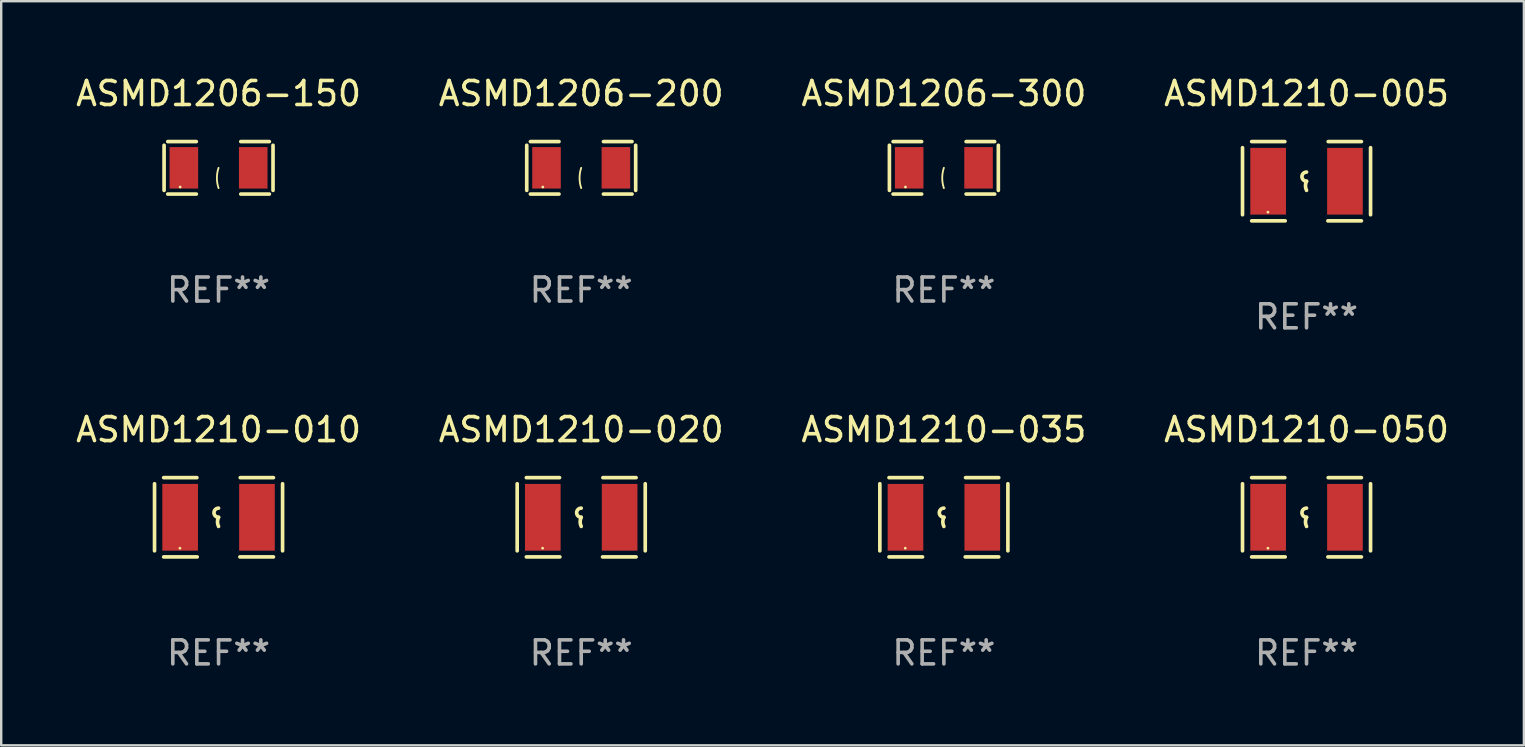
<source format=kicad_pcb>
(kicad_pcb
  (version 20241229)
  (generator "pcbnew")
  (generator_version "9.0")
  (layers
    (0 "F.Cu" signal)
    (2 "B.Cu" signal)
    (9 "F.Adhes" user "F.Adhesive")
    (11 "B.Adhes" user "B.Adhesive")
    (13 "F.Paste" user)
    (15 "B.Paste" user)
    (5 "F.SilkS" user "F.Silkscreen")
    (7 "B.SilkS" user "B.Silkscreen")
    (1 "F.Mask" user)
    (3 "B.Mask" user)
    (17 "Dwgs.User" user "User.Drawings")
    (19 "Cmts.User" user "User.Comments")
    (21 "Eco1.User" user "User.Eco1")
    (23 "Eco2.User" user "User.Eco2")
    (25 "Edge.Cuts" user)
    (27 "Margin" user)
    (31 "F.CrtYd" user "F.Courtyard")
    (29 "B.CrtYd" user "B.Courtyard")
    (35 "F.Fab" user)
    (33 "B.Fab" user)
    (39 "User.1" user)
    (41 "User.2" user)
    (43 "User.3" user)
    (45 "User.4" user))
  (footprint "ASMD1206-150"
    (layer "F.Cu")
    (at 6.054 3.941)
    (property "Reference" "ASMD1206-150" (at 0 -3.093 0) (layer "F.SilkS") (effects (font (size 1 1) (thickness 0.15))))
    (attr through_hole)
    (fp_line (start -2.269 -0.94) (end -2.269 0.94) (stroke (width 0.152) (type solid)) (layer "F.SilkS"))
    (fp_line (start -2.116 1.093) (end -0.926 1.093) (stroke (width 0.152) (type solid)) (layer "F.SilkS"))
    (fp_line (start -0.926 -1.093) (end -2.116 -1.093) (stroke (width 0.152) (type solid)) (layer "F.SilkS"))
    (fp_line (start 0.926 -1.093) (end 2.116 -1.093) (stroke (width 0.152) (type solid)) (layer "F.SilkS"))
    (fp_line (start 2.116 1.093) (end 0.926 1.093) (stroke (width 0.152) (type solid)) (layer "F.SilkS"))
    (fp_line (start 2.269 -0.94) (end 2.269 0.94) (stroke (width 0.152) (type solid)) (layer "F.SilkS"))
    (fp_arc (start 0 0.844951) (mid -0.068559 0.422475) (end 0 0) (stroke (width 0.0762) (type solid)) (layer "F.SilkS"))
    (fp_circle (center -1.6 0.8) (end -1.57 0.8) (stroke (width 0.06) (type solid)) (fill no) (layer "F.SilkS"))
    (fp_text user "REF**" (at 0 5.093 0) (layer "F.Fab") (effects (font (size 1 1) (thickness 0.15))))
    (pad "1" smd rect (at -1.445 0) (size 1.19 1.728) (layers "F.Cu" "F.Mask" "F.Paste"))
    (pad "2" smd rect (at 1.445 0) (size 1.19 1.728) (layers "F.Cu" "F.Mask" "F.Paste")))
  (footprint "ASMD1210-010"
    (layer "F.Cu")
    (at 6.054 18.498)
    (property "Reference" "ASMD1210-010" (at 0 -3.651 0) (layer "F.SilkS") (effects (font (size 1 1) (thickness 0.15))))
    (attr through_hole)
    (fp_line (start -2.667 -1.397) (end -2.667 1.397) (stroke (width 0.152) (type solid)) (layer "F.SilkS"))
    (fp_line (start -2.286 -1.651) (end -0.903 -1.651) (stroke (width 0.152) (type solid)) (layer "F.SilkS"))
    (fp_line (start -0.889 1.651) (end -2.286 1.651) (stroke (width 0.152) (type solid)) (layer "F.SilkS"))
    (fp_line (start 0.889 1.651) (end 2.286 1.651) (stroke (width 0.152) (type solid)) (layer "F.SilkS"))
    (fp_line (start 2.286 -1.651) (end 0.903 -1.651) (stroke (width 0.152) (type solid)) (layer "F.SilkS"))
    (fp_line (start 2.667 -1.397) (end 2.667 1.397) (stroke (width 0.152) (type solid)) (layer "F.SilkS"))
    (fp_arc (start 0 0) (mid -0.1905 -0.1905) (end 0 -0.381) (stroke (width 0.151994) (type solid)) (layer "F.SilkS"))
    (fp_arc (start 0 0.381001) (mid -0.044971 0.1905) (end 0 0) (stroke (width 0.151994) (type solid)) (layer "F.SilkS"))
    (fp_circle (center -1.608 1.288) (end -1.578 1.288) (stroke (width 0.06) (type solid)) (fill no) (layer "F.SilkS"))
    (fp_text user "REF**" (at 0 5.651 0) (layer "F.Fab") (effects (font (size 1 1) (thickness 0.15))))
    (pad "1" smd rect (at -1.6 0) (size 1.485 2.781) (layers "F.Cu" "F.Mask" "F.Paste"))
    (pad "2" smd rect (at 1.6 0) (size 1.485 2.781) (layers "F.Cu" "F.Mask" "F.Paste")))
  (footprint "ASMD1210-005"
    (layer "F.Cu")
    (at 51.375 4.499)
    (property "Reference" "ASMD1210-005" (at 0 -3.651 0) (layer "F.SilkS") (effects (font (size 1 1) (thickness 0.15))))
    (attr through_hole)
    (fp_line (start -2.667 -1.397) (end -2.667 1.397) (stroke (width 0.152) (type solid)) (layer "F.SilkS"))
    (fp_line (start -2.286 -1.651) (end -0.903 -1.651) (stroke (width 0.152) (type solid)) (layer "F.SilkS"))
    (fp_line (start -0.889 1.651) (end -2.286 1.651) (stroke (width 0.152) (type solid)) (layer "F.SilkS"))
    (fp_line (start 0.889 1.651) (end 2.286 1.651) (stroke (width 0.152) (type solid)) (layer "F.SilkS"))
    (fp_line (start 2.286 -1.651) (end 0.903 -1.651) (stroke (width 0.152) (type solid)) (layer "F.SilkS"))
    (fp_line (start 2.667 -1.397) (end 2.667 1.397) (stroke (width 0.152) (type solid)) (layer "F.SilkS"))
    (fp_arc (start 0 0) (mid -0.1905 -0.1905) (end 0 -0.381) (stroke (width 0.151994) (type solid)) (layer "F.SilkS"))
    (fp_arc (start 0 0.381001) (mid -0.044971 0.1905) (end 0 0) (stroke (width 0.151994) (type solid)) (layer "F.SilkS"))
    (fp_circle (center -1.608 1.288) (end -1.578 1.288) (stroke (width 0.06) (type solid)) (fill no) (layer "F.SilkS"))
    (fp_text user "REF**" (at 0 5.651 0) (layer "F.Fab") (effects (font (size 1 1) (thickness 0.15))))
    (pad "1" smd rect (at -1.6 0) (size 1.485 2.781) (layers "F.Cu" "F.Mask" "F.Paste"))
    (pad "2" smd rect (at 1.6 0) (size 1.485 2.781) (layers "F.Cu" "F.Mask" "F.Paste")))
  (footprint "ASMD1210-020"
    (layer "F.Cu")
    (at 21.161 18.498)
    (property "Reference" "ASMD1210-020" (at 0 -3.651 0) (layer "F.SilkS") (effects (font (size 1 1) (thickness 0.15))))
    (attr through_hole)
    (fp_line (start -2.667 -1.397) (end -2.667 1.397) (stroke (width 0.152) (type solid)) (layer "F.SilkS"))
    (fp_line (start -2.286 -1.651) (end -0.903 -1.651) (stroke (width 0.152) (type solid)) (layer "F.SilkS"))
    (fp_line (start -0.889 1.651) (end -2.286 1.651) (stroke (width 0.152) (type solid)) (layer "F.SilkS"))
    (fp_line (start 0.889 1.651) (end 2.286 1.651) (stroke (width 0.152) (type solid)) (layer "F.SilkS"))
    (fp_line (start 2.286 -1.651) (end 0.903 -1.651) (stroke (width 0.152) (type solid)) (layer "F.SilkS"))
    (fp_line (start 2.667 -1.397) (end 2.667 1.397) (stroke (width 0.152) (type solid)) (layer "F.SilkS"))
    (fp_arc (start 0 0) (mid -0.1905 -0.1905) (end 0 -0.381) (stroke (width 0.151994) (type solid)) (layer "F.SilkS"))
    (fp_arc (start 0 0.381001) (mid -0.044971 0.1905) (end 0 0) (stroke (width 0.151994) (type solid)) (layer "F.SilkS"))
    (fp_circle (center -1.608 1.288) (end -1.578 1.288) (stroke (width 0.06) (type solid)) (fill no) (layer "F.SilkS"))
    (fp_text user "REF**" (at 0 5.651 0) (layer "F.Fab") (effects (font (size 1 1) (thickness 0.15))))
    (pad "1" smd rect (at -1.6 0) (size 1.485 2.781) (layers "F.Cu" "F.Mask" "F.Paste"))
    (pad "2" smd rect (at 1.6 0) (size 1.485 2.781) (layers "F.Cu" "F.Mask" "F.Paste")))
  (footprint "ASMD1210-035"
    (layer "F.Cu")
    (at 36.268 18.498)
    (property "Reference" "ASMD1210-035" (at 0 -3.651 0) (layer "F.SilkS") (effects (font (size 1 1) (thickness 0.15))))
    (attr through_hole)
    (fp_line (start -2.667 -1.397) (end -2.667 1.397) (stroke (width 0.152) (type solid)) (layer "F.SilkS"))
    (fp_line (start -2.286 -1.651) (end -0.903 -1.651) (stroke (width 0.152) (type solid)) (layer "F.SilkS"))
    (fp_line (start -0.889 1.651) (end -2.286 1.651) (stroke (width 0.152) (type solid)) (layer "F.SilkS"))
    (fp_line (start 0.889 1.651) (end 2.286 1.651) (stroke (width 0.152) (type solid)) (layer "F.SilkS"))
    (fp_line (start 2.286 -1.651) (end 0.903 -1.651) (stroke (width 0.152) (type solid)) (layer "F.SilkS"))
    (fp_line (start 2.667 -1.397) (end 2.667 1.397) (stroke (width 0.152) (type solid)) (layer "F.SilkS"))
    (fp_arc (start 0 0) (mid -0.1905 -0.1905) (end 0 -0.381) (stroke (width 0.151994) (type solid)) (layer "F.SilkS"))
    (fp_arc (start 0 0.381001) (mid -0.044971 0.1905) (end 0 0) (stroke (width 0.151994) (type solid)) (layer "F.SilkS"))
    (fp_circle (center -1.608 1.288) (end -1.578 1.288) (stroke (width 0.06) (type solid)) (fill no) (layer "F.SilkS"))
    (fp_text user "REF**" (at 0 5.651 0) (layer "F.Fab") (effects (font (size 1 1) (thickness 0.15))))
    (pad "1" smd rect (at -1.6 0) (size 1.485 2.781) (layers "F.Cu" "F.Mask" "F.Paste"))
    (pad "2" smd rect (at 1.6 0) (size 1.485 2.781) (layers "F.Cu" "F.Mask" "F.Paste")))
  (footprint "ASMD1210-050"
    (layer "F.Cu")
    (at 51.375 18.498)
    (property "Reference" "ASMD1210-050" (at 0 -3.651 0) (layer "F.SilkS") (effects (font (size 1 1) (thickness 0.15))))
    (attr through_hole)
    (fp_line (start -2.667 -1.397) (end -2.667 1.397) (stroke (width 0.152) (type solid)) (layer "F.SilkS"))
    (fp_line (start -2.286 -1.651) (end -0.903 -1.651) (stroke (width 0.152) (type solid)) (layer "F.SilkS"))
    (fp_line (start -0.889 1.651) (end -2.286 1.651) (stroke (width 0.152) (type solid)) (layer "F.SilkS"))
    (fp_line (start 0.889 1.651) (end 2.286 1.651) (stroke (width 0.152) (type solid)) (layer "F.SilkS"))
    (fp_line (start 2.286 -1.651) (end 0.903 -1.651) (stroke (width 0.152) (type solid)) (layer "F.SilkS"))
    (fp_line (start 2.667 -1.397) (end 2.667 1.397) (stroke (width 0.152) (type solid)) (layer "F.SilkS"))
    (fp_arc (start 0 0) (mid -0.1905 -0.1905) (end 0 -0.381) (stroke (width 0.151994) (type solid)) (layer "F.SilkS"))
    (fp_arc (start 0 0.381001) (mid -0.044971 0.1905) (end 0 0) (stroke (width 0.151994) (type solid)) (layer "F.SilkS"))
    (fp_circle (center -1.608 1.288) (end -1.578 1.288) (stroke (width 0.06) (type solid)) (fill no) (layer "F.SilkS"))
    (fp_text user "REF**" (at 0 5.651 0) (layer "F.Fab") (effects (font (size 1 1) (thickness 0.15))))
    (pad "1" smd rect (at -1.6 0) (size 1.485 2.781) (layers "F.Cu" "F.Mask" "F.Paste"))
    (pad "2" smd rect (at 1.6 0) (size 1.485 2.781) (layers "F.Cu" "F.Mask" "F.Paste")))
  (footprint "ASMD1206-200"
    (layer "F.Cu")
    (at 21.161 3.941)
    (property "Reference" "ASMD1206-200" (at 0 -3.093 0) (layer "F.SilkS") (effects (font (size 1 1) (thickness 0.15))))
    (attr through_hole)
    (fp_line (start -2.269 -0.94) (end -2.269 0.94) (stroke (width 0.152) (type solid)) (layer "F.SilkS"))
    (fp_line (start -2.116 1.093) (end -0.926 1.093) (stroke (width 0.152) (type solid)) (layer "F.SilkS"))
    (fp_line (start -0.926 -1.093) (end -2.116 -1.093) (stroke (width 0.152) (type solid)) (layer "F.SilkS"))
    (fp_line (start 0.926 -1.093) (end 2.116 -1.093) (stroke (width 0.152) (type solid)) (layer "F.SilkS"))
    (fp_line (start 2.116 1.093) (end 0.926 1.093) (stroke (width 0.152) (type solid)) (layer "F.SilkS"))
    (fp_line (start 2.269 -0.94) (end 2.269 0.94) (stroke (width 0.152) (type solid)) (layer "F.SilkS"))
    (fp_arc (start 0 0.844951) (mid -0.068559 0.422475) (end 0 0) (stroke (width 0.0762) (type solid)) (layer "F.SilkS"))
    (fp_circle (center -1.6 0.8) (end -1.57 0.8) (stroke (width 0.06) (type solid)) (fill no) (layer "F.SilkS"))
    (fp_text user "REF**" (at 0 5.093 0) (layer "F.Fab") (effects (font (size 1 1) (thickness 0.15))))
    (pad "1" smd rect (at -1.445 0) (size 1.19 1.728) (layers "F.Cu" "F.Mask" "F.Paste"))
    (pad "2" smd rect (at 1.445 0) (size 1.19 1.728) (layers "F.Cu" "F.Mask" "F.Paste")))
  (footprint "ASMD1206-300"
    (layer "F.Cu")
    (at 36.268 3.941)
    (property "Reference" "ASMD1206-300" (at 0 -3.093 0) (layer "F.SilkS") (effects (font (size 1 1) (thickness 0.15))))
    (attr through_hole)
    (fp_line (start -2.269 -0.94) (end -2.269 0.94) (stroke (width 0.152) (type solid)) (layer "F.SilkS"))
    (fp_line (start -2.116 1.093) (end -0.926 1.093) (stroke (width 0.152) (type solid)) (layer "F.SilkS"))
    (fp_line (start -0.926 -1.093) (end -2.116 -1.093) (stroke (width 0.152) (type solid)) (layer "F.SilkS"))
    (fp_line (start 0.926 -1.093) (end 2.116 -1.093) (stroke (width 0.152) (type solid)) (layer "F.SilkS"))
    (fp_line (start 2.116 1.093) (end 0.926 1.093) (stroke (width 0.152) (type solid)) (layer "F.SilkS"))
    (fp_line (start 2.269 -0.94) (end 2.269 0.94) (stroke (width 0.152) (type solid)) (layer "F.SilkS"))
    (fp_arc (start 0 0.844951) (mid -0.068559 0.422475) (end 0 0) (stroke (width 0.0762) (type solid)) (layer "F.SilkS"))
    (fp_circle (center -1.6 0.8) (end -1.57 0.8) (stroke (width 0.06) (type solid)) (fill no) (layer "F.SilkS"))
    (fp_text user "REF**" (at 0 5.093 0) (layer "F.Fab") (effects (font (size 1 1) (thickness 0.15))))
    (pad "1" smd rect (at -1.445 0) (size 1.19 1.728) (layers "F.Cu" "F.Mask" "F.Paste"))
    (pad "2" smd rect (at 1.445 0) (size 1.19 1.728) (layers "F.Cu" "F.Mask" "F.Paste")))
  (gr_rect
    (start -3 -3)
    (end 60.429 27.997)
    (stroke (width 0.1) (type default))
    (fill no)
    (layer "Edge.Cuts")))
</source>
